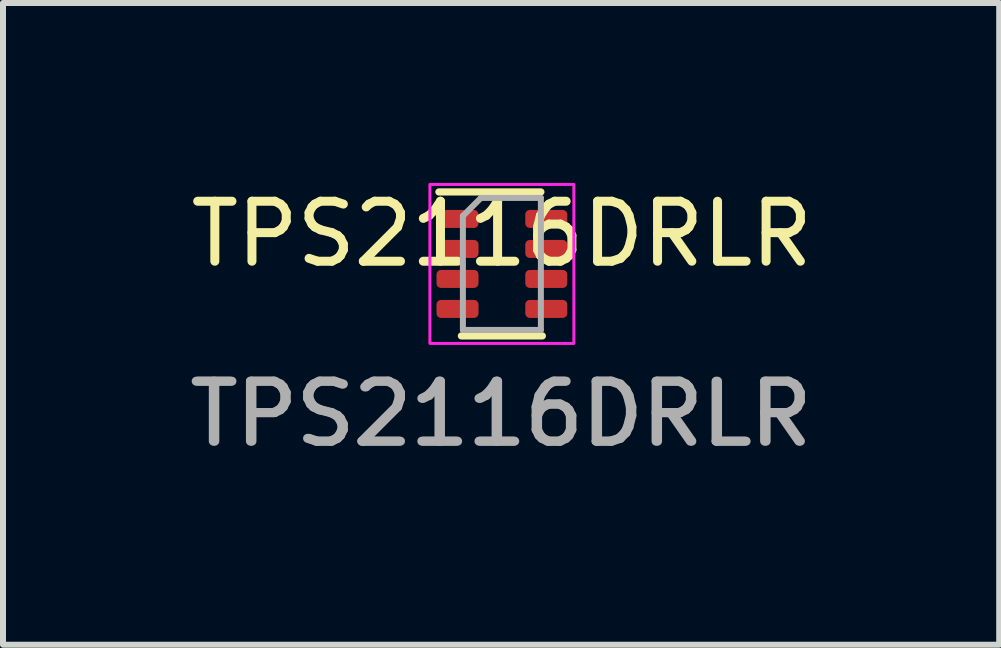
<source format=kicad_pcb>
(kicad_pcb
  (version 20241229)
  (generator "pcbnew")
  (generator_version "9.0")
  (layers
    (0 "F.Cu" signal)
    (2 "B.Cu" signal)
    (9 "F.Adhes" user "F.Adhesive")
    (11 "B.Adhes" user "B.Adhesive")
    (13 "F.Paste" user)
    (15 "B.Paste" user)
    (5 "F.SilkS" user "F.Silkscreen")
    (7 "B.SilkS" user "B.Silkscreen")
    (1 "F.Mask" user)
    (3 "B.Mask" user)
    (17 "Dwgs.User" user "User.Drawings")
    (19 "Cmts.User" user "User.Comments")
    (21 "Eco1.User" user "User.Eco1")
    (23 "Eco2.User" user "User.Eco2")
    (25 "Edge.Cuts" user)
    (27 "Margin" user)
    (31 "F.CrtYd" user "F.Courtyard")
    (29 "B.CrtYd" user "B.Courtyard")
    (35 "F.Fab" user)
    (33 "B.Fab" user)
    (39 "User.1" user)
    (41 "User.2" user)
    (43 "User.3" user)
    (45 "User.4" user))
  (footprint "TPS2116DRLR"
    (layer "F.Cu")
    (at 5.317 1.35)
    (property "Reference" "TPS2116DRLR" (at 0 -0.5 0) (unlocked yes) (layer "F.SilkS") (effects (font (size 1 1) (thickness 0.15))))
    (attr smd)
    (fp_line (start -0.675 1.2) (end 0.675 1.2) (stroke (width 0.12) (type solid)) (layer "F.SilkS"))
    (fp_line (start 0.65 -1.2) (end -1.05 -1.2) (stroke (width 0.12) (type solid)) (layer "F.SilkS"))
    (fp_rect (start -1.2 -1.325) (end 1.2 1.325) (stroke (width 0.05) (type solid)) (fill no) (layer "F.CrtYd"))
    (fp_line (start -0.65 -0.8) (end -0.65 1.1) (stroke (width 0.1) (type solid)) (layer "F.Fab"))
    (fp_line (start -0.65 -0.8) (end -0.35 -1.1) (stroke (width 0.1) (type solid)) (layer "F.Fab"))
    (fp_line (start -0.65 1.1) (end 0.65 1.1) (stroke (width 0.1) (type solid)) (layer "F.Fab"))
    (fp_line (start -0.35 -1.1) (end 0.65 -1.1) (stroke (width 0.1) (type solid)) (layer "F.Fab"))
    (fp_line (start 0.65 1.1) (end 0.65 -1.1) (stroke (width 0.1) (type solid)) (layer "F.Fab"))
    (fp_text user "${REFERENCE}" (at 0 2.5 0) (unlocked yes) (layer "F.Fab") (effects (font (size 1 1) (thickness 0.15))))
    (fp_text user "${REFERENCE}" (at -0.025 2.5 0) (unlocked yes) (layer "F.Fab") (effects (font (size 1 1) (thickness 0.15))))
    (pad "1" smd roundrect (at -0.74 -0.75) (size 0.7 0.3) (layers "F.Cu" "F.Mask" "F.Paste") (roundrect_rratio 0.25))
    (pad "2" smd roundrect (at -0.74 -0.25) (size 0.7 0.3) (layers "F.Cu" "F.Mask" "F.Paste") (roundrect_rratio 0.25))
    (pad "3" smd roundrect (at -0.74 0.25) (size 0.7 0.3) (layers "F.Cu" "F.Mask" "F.Paste") (roundrect_rratio 0.25))
    (pad "4" smd roundrect (at -0.74 0.75) (size 0.7 0.3) (layers "F.Cu" "F.Mask" "F.Paste") (roundrect_rratio 0.25))
    (pad "5" smd roundrect (at 0.74 0.75) (size 0.7 0.3) (layers "F.Cu" "F.Mask" "F.Paste") (roundrect_rratio 0.25))
    (pad "6" smd roundrect (at 0.74 0.25) (size 0.7 0.3) (layers "F.Cu" "F.Mask" "F.Paste") (roundrect_rratio 0.25))
    (pad "7" smd roundrect (at 0.74 -0.25) (size 0.7 0.3) (layers "F.Cu" "F.Mask" "F.Paste") (roundrect_rratio 0.25))
    (pad "8" smd roundrect (at 0.74 -0.75) (size 0.7 0.3) (layers "F.Cu" "F.Mask" "F.Paste") (roundrect_rratio 0.25)))
  (gr_rect
    (start -3 -3)
    (end 13.608 7.698)
    (stroke (width 0.1) (type default))
    (fill no)
    (layer "Edge.Cuts")))
</source>
